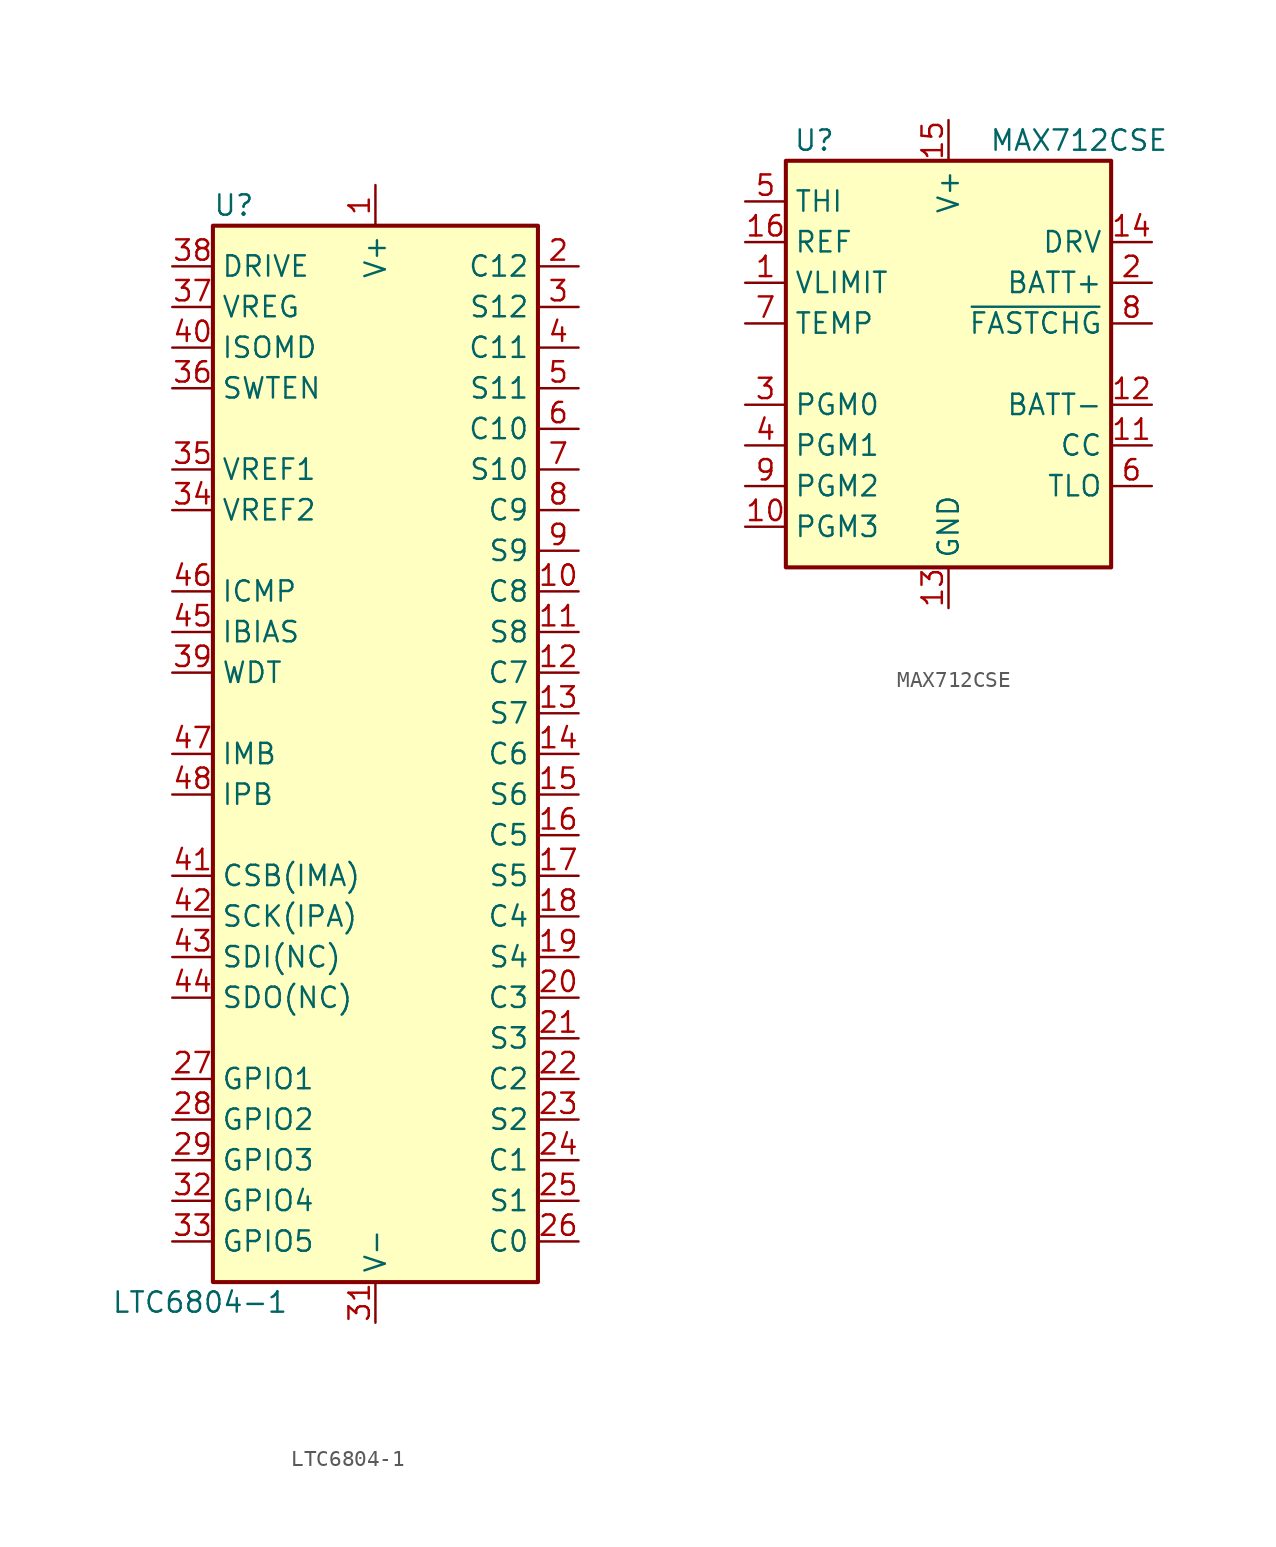
<source format=kicad_sym>
(kicad_symbol_lib
  (version 20231120)
  (generator "kicad_symbol_editor")
  (generator_version "8.0")
  (symbol "LTC6804-1"
    (property "Reference" "U"
      (at -10.16 34.29 0)
      (effects (font (size 1.27 1.27)) (justify left)))
    (property "Value" "LTC6804-1"
      (at -16.51 -34.29 0)
      (effects (font (size 1.27 1.27)) (justify left)))
    (symbol "LTC6804-1_0_1"
      (rectangle (start 10.16 -33.02) (end -10.16 33.02) (stroke (width 0.254) (type default)) (fill (type background))))
    (symbol "LTC6804-1_1_1"
      (pin power_in line (at 0 35.56 270) (length 2.54) (name "V+" (effects (font (size 1.27 1.27)))) (number "1" (effects (font (size 1.27 1.27)))))
      (pin input line (at 12.7 10.16 180) (length 2.54) (name "C8" (effects (font (size 1.27 1.27)))) (number "10" (effects (font (size 1.27 1.27)))))
      (pin bidirectional line (at 12.7 7.62 180) (length 2.54) (name "S8" (effects (font (size 1.27 1.27)))) (number "11" (effects (font (size 1.27 1.27)))))
      (pin input line (at 12.7 5.08 180) (length 2.54) (name "C7" (effects (font (size 1.27 1.27)))) (number "12" (effects (font (size 1.27 1.27)))))
      (pin bidirectional line (at 12.7 2.54 180) (length 2.54) (name "S7" (effects (font (size 1.27 1.27)))) (number "13" (effects (font (size 1.27 1.27)))))
      (pin input line (at 12.7 0 180) (length 2.54) (name "C6" (effects (font (size 1.27 1.27)))) (number "14" (effects (font (size 1.27 1.27)))))
      (pin bidirectional line (at 12.7 -2.54 180) (length 2.54) (name "S6" (effects (font (size 1.27 1.27)))) (number "15" (effects (font (size 1.27 1.27)))))
      (pin input line (at 12.7 -5.08 180) (length 2.54) (name "C5" (effects (font (size 1.27 1.27)))) (number "16" (effects (font (size 1.27 1.27)))))
      (pin bidirectional line (at 12.7 -7.62 180) (length 2.54) (name "S5" (effects (font (size 1.27 1.27)))) (number "17" (effects (font (size 1.27 1.27)))))
      (pin input line (at 12.7 -10.16 180) (length 2.54) (name "C4" (effects (font (size 1.27 1.27)))) (number "18" (effects (font (size 1.27 1.27)))))
      (pin bidirectional line (at 12.7 -12.7 180) (length 2.54) (name "S4" (effects (font (size 1.27 1.27)))) (number "19" (effects (font (size 1.27 1.27)))))
      (pin input line (at 12.7 30.48 180) (length 2.54) (name "C12" (effects (font (size 1.27 1.27)))) (number "2" (effects (font (size 1.27 1.27)))))
      (pin input line (at 12.7 -15.24 180) (length 2.54) (name "C3" (effects (font (size 1.27 1.27)))) (number "20" (effects (font (size 1.27 1.27)))))
      (pin bidirectional line (at 12.7 -17.78 180) (length 2.54) (name "S3" (effects (font (size 1.27 1.27)))) (number "21" (effects (font (size 1.27 1.27)))))
      (pin input line (at 12.7 -20.32 180) (length 2.54) (name "C2" (effects (font (size 1.27 1.27)))) (number "22" (effects (font (size 1.27 1.27)))))
      (pin bidirectional line (at 12.7 -22.86 180) (length 2.54) (name "S2" (effects (font (size 1.27 1.27)))) (number "23" (effects (font (size 1.27 1.27)))))
      (pin input line (at 12.7 -25.4 180) (length 2.54) (name "C1" (effects (font (size 1.27 1.27)))) (number "24" (effects (font (size 1.27 1.27)))))
      (pin bidirectional line (at 12.7 -27.94 180) (length 2.54) (name "S1" (effects (font (size 1.27 1.27)))) (number "25" (effects (font (size 1.27 1.27)))))
      (pin input line (at 12.7 -30.48 180) (length 2.54) (name "C0" (effects (font (size 1.27 1.27)))) (number "26" (effects (font (size 1.27 1.27)))))
      (pin bidirectional line (at -12.7 -20.32 0) (length 2.54) (name "GPIO1" (effects (font (size 1.27 1.27)))) (number "27" (effects (font (size 1.27 1.27)))))
      (pin bidirectional line (at -12.7 -22.86 0) (length 2.54) (name "GPIO2" (effects (font (size 1.27 1.27)))) (number "28" (effects (font (size 1.27 1.27)))))
      (pin bidirectional line (at -12.7 -25.4 0) (length 2.54) (name "GPIO3" (effects (font (size 1.27 1.27)))) (number "29" (effects (font (size 1.27 1.27)))))
      (pin bidirectional line (at 12.7 27.94 180) (length 2.54) (name "S12" (effects (font (size 1.27 1.27)))) (number "3" (effects (font (size 1.27 1.27)))))
      (pin passive line (at 0 -35.56 90) (length 2.54) hide (name "V-" (effects (font (size 1.27 1.27)))) (number "30" (effects (font (size 1.27 1.27)))))
      (pin passive line (at 0 -35.56 90) (length 2.54) (name "V-" (effects (font (size 1.27 1.27)))) (number "31" (effects (font (size 1.27 1.27)))))
      (pin bidirectional line (at -12.7 -27.94 0) (length 2.54) (name "GPIO4" (effects (font (size 1.27 1.27)))) (number "32" (effects (font (size 1.27 1.27)))))
      (pin bidirectional line (at -12.7 -30.48 0) (length 2.54) (name "GPIO5" (effects (font (size 1.27 1.27)))) (number "33" (effects (font (size 1.27 1.27)))))
      (pin output line (at -12.7 15.24 0) (length 2.54) (name "VREF2" (effects (font (size 1.27 1.27)))) (number "34" (effects (font (size 1.27 1.27)))))
      (pin output line (at -12.7 17.78 0) (length 2.54) (name "VREF1" (effects (font (size 1.27 1.27)))) (number "35" (effects (font (size 1.27 1.27)))))
      (pin input line (at -12.7 22.86 0) (length 2.54) (name "SWTEN" (effects (font (size 1.27 1.27)))) (number "36" (effects (font (size 1.27 1.27)))))
      (pin input line (at -12.7 27.94 0) (length 2.54) (name "VREG" (effects (font (size 1.27 1.27)))) (number "37" (effects (font (size 1.27 1.27)))))
      (pin output line (at -12.7 30.48 0) (length 2.54) (name "DRIVE" (effects (font (size 1.27 1.27)))) (number "38" (effects (font (size 1.27 1.27)))))
      (pin output line (at -12.7 5.08 0) (length 2.54) (name "WDT" (effects (font (size 1.27 1.27)))) (number "39" (effects (font (size 1.27 1.27)))))
      (pin input line (at 12.7 25.4 180) (length 2.54) (name "C11" (effects (font (size 1.27 1.27)))) (number "4" (effects (font (size 1.27 1.27)))))
      (pin input line (at -12.7 25.4 0) (length 2.54) (name "ISOMD" (effects (font (size 1.27 1.27)))) (number "40" (effects (font (size 1.27 1.27)))))
      (pin bidirectional line (at -12.7 -7.62 0) (length 2.54) (name "CSB(IMA)" (effects (font (size 1.27 1.27)))) (number "41" (effects (font (size 1.27 1.27)))))
      (pin bidirectional line (at -12.7 -10.16 0) (length 2.54) (name "SCK(IPA)" (effects (font (size 1.27 1.27)))) (number "42" (effects (font (size 1.27 1.27)))))
      (pin input line (at -12.7 -12.7 0) (length 2.54) (name "SDI(NC)" (effects (font (size 1.27 1.27)))) (number "43" (effects (font (size 1.27 1.27)))))
      (pin open_collector line (at -12.7 -15.24 0) (length 2.54) (name "SDO(NC)" (effects (font (size 1.27 1.27)))) (number "44" (effects (font (size 1.27 1.27)))))
      (pin passive line (at -12.7 7.62 0) (length 2.54) (name "IBIAS" (effects (font (size 1.27 1.27)))) (number "45" (effects (font (size 1.27 1.27)))))
      (pin passive line (at -12.7 10.16 0) (length 2.54) (name "ICMP" (effects (font (size 1.27 1.27)))) (number "46" (effects (font (size 1.27 1.27)))))
      (pin bidirectional line (at -12.7 0 0) (length 2.54) (name "IMB" (effects (font (size 1.27 1.27)))) (number "47" (effects (font (size 1.27 1.27)))))
      (pin bidirectional line (at -12.7 -2.54 0) (length 2.54) (name "IPB" (effects (font (size 1.27 1.27)))) (number "48" (effects (font (size 1.27 1.27)))))
      (pin bidirectional line (at 12.7 22.86 180) (length 2.54) (name "S11" (effects (font (size 1.27 1.27)))) (number "5" (effects (font (size 1.27 1.27)))))
      (pin input line (at 12.7 20.32 180) (length 2.54) (name "C10" (effects (font (size 1.27 1.27)))) (number "6" (effects (font (size 1.27 1.27)))))
      (pin bidirectional line (at 12.7 17.78 180) (length 2.54) (name "S10" (effects (font (size 1.27 1.27)))) (number "7" (effects (font (size 1.27 1.27)))))
      (pin input line (at 12.7 15.24 180) (length 2.54) (name "C9" (effects (font (size 1.27 1.27)))) (number "8" (effects (font (size 1.27 1.27)))))
      (pin bidirectional line (at 12.7 12.7 180) (length 2.54) (name "S9" (effects (font (size 1.27 1.27)))) (number "9" (effects (font (size 1.27 1.27)))))))
  (symbol "MAX712CSE"
    (property "Reference" "U"
      (at -8.382 13.97 0)
      (effects (font (size 1.27 1.27))))
    (property "Value" "MAX712CSE"
      (at 2.54 13.97 0)
      (effects (font (size 1.27 1.27)) (justify left)))
    (symbol "MAX712CSE_0_1"
      (rectangle (start -10.16 12.7) (end 10.16 -12.7) (stroke (width 0.254) (type default)) (fill (type background))))
    (symbol "MAX712CSE_1_1"
      (pin input line (at -12.7 5.08 0) (length 2.54) (name "VLIMIT" (effects (font (size 1.27 1.27)))) (number "1" (effects (font (size 1.27 1.27)))))
      (pin input line (at -12.7 -10.16 0) (length 2.54) (name "PGM3" (effects (font (size 1.27 1.27)))) (number "10" (effects (font (size 1.27 1.27)))))
      (pin input line (at 12.7 -5.08 180) (length 2.54) (name "CC" (effects (font (size 1.27 1.27)))) (number "11" (effects (font (size 1.27 1.27)))))
      (pin input line (at 12.7 -2.54 180) (length 2.54) (name "BATT-" (effects (font (size 1.27 1.27)))) (number "12" (effects (font (size 1.27 1.27)))))
      (pin power_in line (at 0 -15.24 90) (length 2.54) (name "GND" (effects (font (size 1.27 1.27)))) (number "13" (effects (font (size 1.27 1.27)))))
      (pin output line (at 12.7 7.62 180) (length 2.54) (name "DRV" (effects (font (size 1.27 1.27)))) (number "14" (effects (font (size 1.27 1.27)))))
      (pin power_in line (at 0 15.24 270) (length 2.54) (name "V+" (effects (font (size 1.27 1.27)))) (number "15" (effects (font (size 1.27 1.27)))))
      (pin power_in line (at -12.7 7.62 0) (length 2.54) (name "REF" (effects (font (size 1.27 1.27)))) (number "16" (effects (font (size 1.27 1.27)))))
      (pin power_out line (at 12.7 5.08 180) (length 2.54) (name "BATT+" (effects (font (size 1.27 1.27)))) (number "2" (effects (font (size 1.27 1.27)))))
      (pin power_out line (at -12.7 -2.54 0) (length 2.54) (name "PGM0" (effects (font (size 1.27 1.27)))) (number "3" (effects (font (size 1.27 1.27)))))
      (pin power_out line (at -12.7 -5.08 0) (length 2.54) (name "PGM1" (effects (font (size 1.27 1.27)))) (number "4" (effects (font (size 1.27 1.27)))))
      (pin input line (at -12.7 10.16 0) (length 2.54) (name "THI" (effects (font (size 1.27 1.27)))) (number "5" (effects (font (size 1.27 1.27)))))
      (pin input line (at 12.7 -7.62 180) (length 2.54) (name "TLO" (effects (font (size 1.27 1.27)))) (number "6" (effects (font (size 1.27 1.27)))))
      (pin input line (at -12.7 2.54 0) (length 2.54) (name "TEMP" (effects (font (size 1.27 1.27)))) (number "7" (effects (font (size 1.27 1.27)))))
      (pin open_collector line (at 12.7 2.54 180) (length 2.54) (name "~{FASTCHG}" (effects (font (size 1.27 1.27)))) (number "8" (effects (font (size 1.27 1.27)))))
      (pin input line (at -12.7 -7.62 0) (length 2.54) (name "PGM2" (effects (font (size 1.27 1.27)))) (number "9" (effects (font (size 1.27 1.27))))))))
</source>
